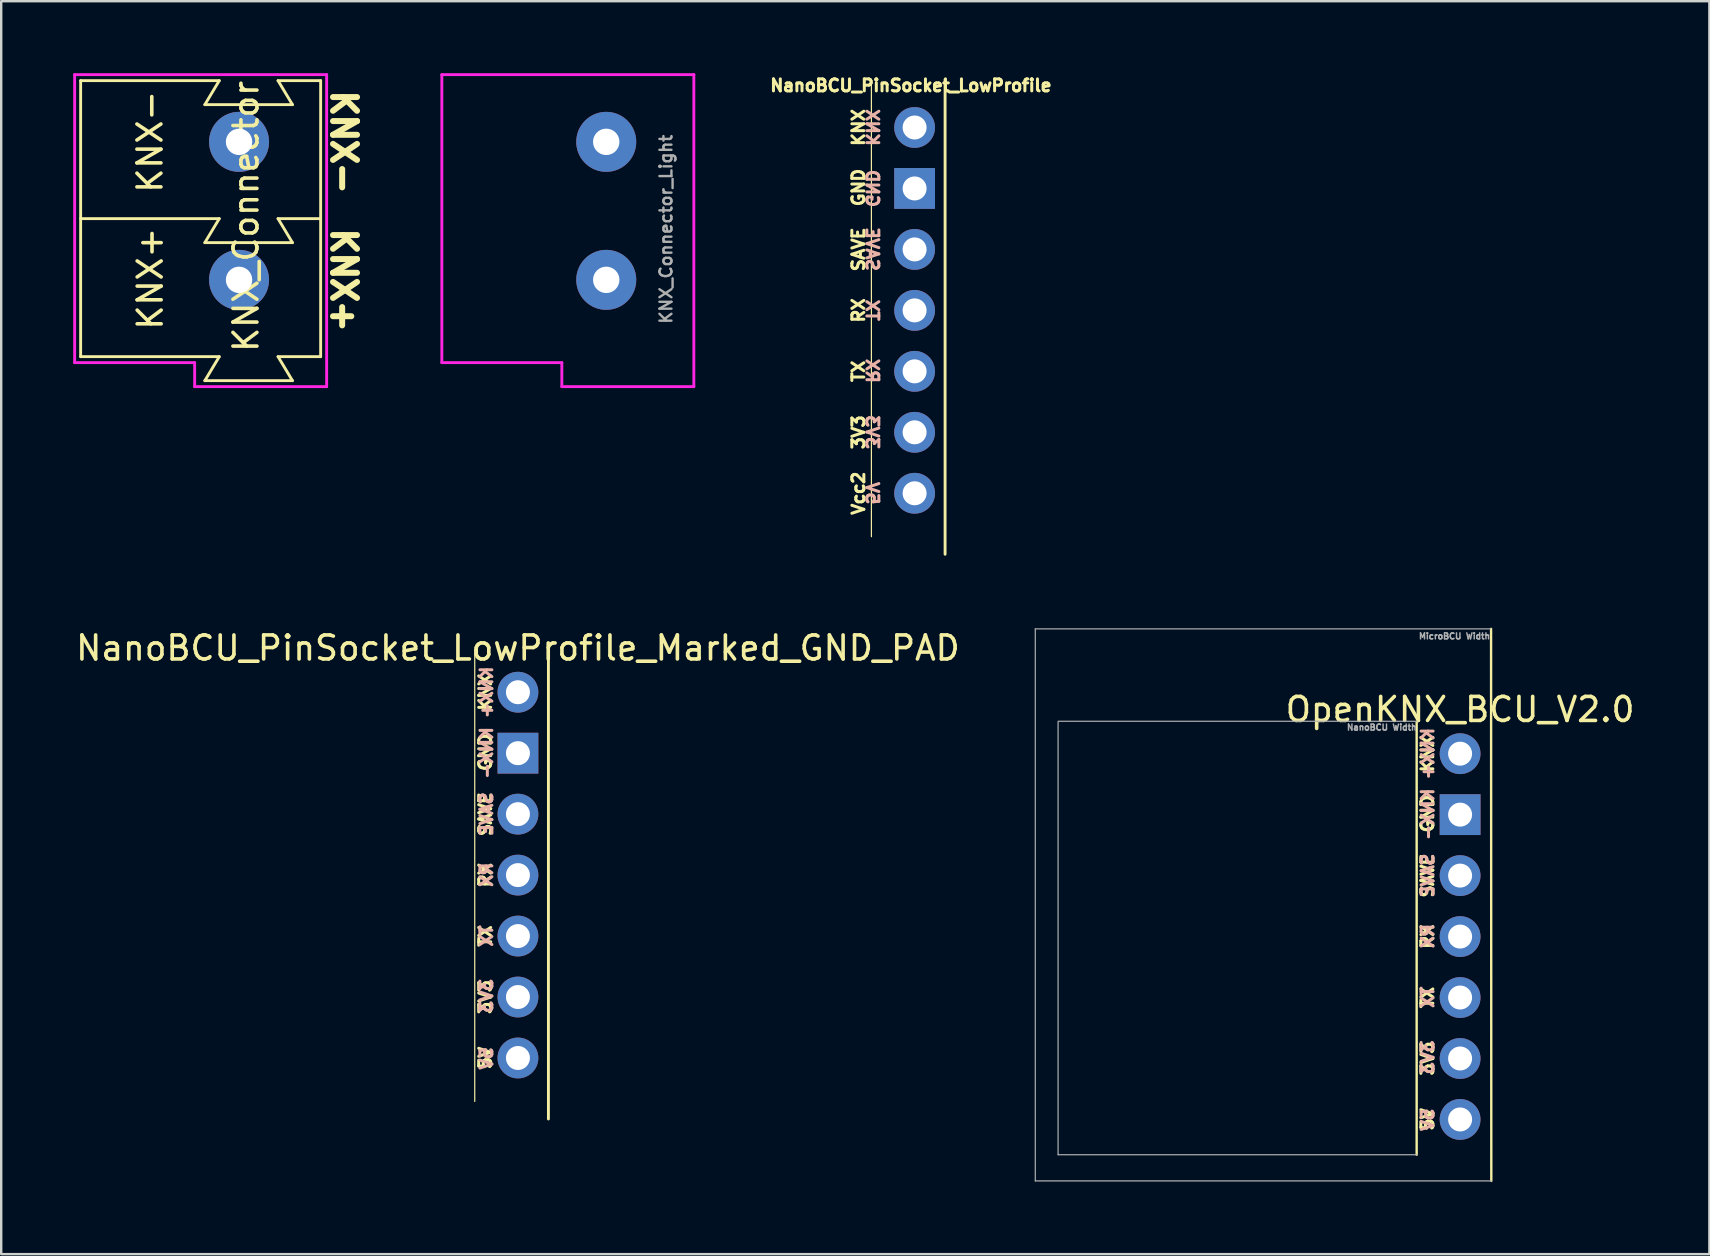
<source format=kicad_pcb>
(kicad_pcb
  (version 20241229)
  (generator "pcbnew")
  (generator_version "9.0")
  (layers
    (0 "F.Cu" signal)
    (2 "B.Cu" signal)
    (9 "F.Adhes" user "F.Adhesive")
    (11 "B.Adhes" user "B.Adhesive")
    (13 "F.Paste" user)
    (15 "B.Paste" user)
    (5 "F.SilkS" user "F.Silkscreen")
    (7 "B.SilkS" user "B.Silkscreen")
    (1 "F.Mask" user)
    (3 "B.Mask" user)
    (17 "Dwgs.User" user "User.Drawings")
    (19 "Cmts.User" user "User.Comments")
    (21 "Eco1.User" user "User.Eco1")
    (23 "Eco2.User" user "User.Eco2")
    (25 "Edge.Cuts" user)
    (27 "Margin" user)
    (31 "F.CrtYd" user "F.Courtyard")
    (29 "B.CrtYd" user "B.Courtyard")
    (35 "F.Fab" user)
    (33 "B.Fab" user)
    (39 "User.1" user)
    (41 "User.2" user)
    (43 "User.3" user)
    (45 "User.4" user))
  (footprint "KNX_Connector_Light"
    (layer "F.Cu")
    (at 22.609 6.06)
    (property "Reference" "KNX_Connector_Light" (at 2.09 0.44 90) (layer "F.Fab") (effects (font (size 0.5 0.5) (thickness 0.1))))
    (attr through_hole)
    (fp_line (start -7.25 -6) (end 3.25 -6) (stroke (width 0.12) (type solid)) (layer "F.CrtYd"))
    (fp_line (start -7.25 6) (end -7.25 -6) (stroke (width 0.12) (type solid)) (layer "F.CrtYd"))
    (fp_line (start -7.25 6) (end -2.25 6) (stroke (width 0.12) (type solid)) (layer "F.CrtYd"))
    (fp_line (start -2.25 6) (end -2.25 7) (stroke (width 0.12) (type solid)) (layer "F.CrtYd"))
    (fp_line (start -2.25 7) (end 3.25 7) (stroke (width 0.12) (type solid)) (layer "F.CrtYd"))
    (fp_line (start 3.25 -6) (end 3.25 7) (stroke (width 0.12) (type solid)) (layer "F.CrtYd"))
    (pad "1" thru_hole circle (at -0.4 2.55) (size 2.5 2.5) (drill 1.1) (layers "*.Cu" "*.Mask"))
    (pad "2" thru_hole circle (at -0.4 -3.2) (size 2.5 2.5) (drill 1.1) (layers "*.Cu" "*.Mask")))
  (footprint "NanoBCU_PinSocket_LowProfile_Marked_GND_PAD"
    (layer "F.Cu")
    (at 18.53 25.791)
    (property "Reference" "NanoBCU_PinSocket_LowProfile_Marked_GND_PAD" (at 0 -1.841 0) (layer "F.SilkS") (effects (font (size 1 1) (thickness 0.15))))
    (attr through_hole)
    (fp_line (start -1.8 -1.8) (end -1.8 17.05) (stroke (width 0.05) (type solid)) (layer "F.SilkS"))
    (fp_line (start 1.27 -2) (end 1.27 17.78) (stroke (width 0.12) (type solid)) (layer "F.SilkS"))
    (fp_text user "KNX" (at -1.36 0 270) (layer "F.SilkS") (effects (font (size 0.5 0.5) (thickness 0.125))))
    (fp_text user "TX" (at -1.36 10.16 90) (layer "F.SilkS") (effects (font (size 0.5 0.5) (thickness 0.125))))
    (fp_text user "RX" (at -1.36 7.62 90) (layer "F.SilkS") (effects (font (size 0.5 0.5) (thickness 0.125))))
    (fp_text user "SAVE" (at -1.36 5.08 90) (layer "F.SilkS") (effects (font (size 0.5 0.5) (thickness 0.125))))
    (fp_text user "3V3" (at -1.36 12.7 90) (layer "F.SilkS") (effects (font (size 0.5 0.5) (thickness 0.125))))
    (fp_text user "5V" (at -1.36 15.24 90) (layer "F.SilkS") (effects (font (size 0.5 0.5) (thickness 0.125))))
    (fp_text user "GND" (at -1.36 2.5 90) (layer "F.SilkS") (effects (font (size 0.5 0.5) (thickness 0.125))))
    (fp_text user "KNX+" (at -1.31 0.005 90) (unlocked yes) (layer "B.SilkS") (effects (font (size 0.5 0.5) (thickness 0.125)) (justify mirror)))
    (fp_text user "5V" (at -1.31 15.255 90) (unlocked yes) (layer "B.SilkS") (effects (font (size 0.5 0.5) (thickness 0.125)) (justify mirror)))
    (fp_text user "RX" (at -1.31 7.605 90) (unlocked yes) (layer "B.SilkS") (effects (font (size 0.5 0.5) (thickness 0.125)) (justify mirror)))
    (fp_text user "3V3" (at -1.31 12.655 90) (unlocked yes) (layer "B.SilkS") (effects (font (size 0.5 0.5) (thickness 0.125)) (justify mirror)))
    (fp_text user "KNX-" (at -1.31 2.53 90) (unlocked yes) (layer "B.SilkS") (effects (font (size 0.5 0.5) (thickness 0.125)) (justify mirror)))
    (fp_text user "SAVE" (at -1.31 5.08 90) (unlocked yes) (layer "B.SilkS") (effects (font (size 0.5 0.5) (thickness 0.125)) (justify mirror)))
    (fp_text user "TX" (at -1.31 10.155 90) (unlocked yes) (layer "B.SilkS") (effects (font (size 0.5 0.5) (thickness 0.125)) (justify mirror)))
    (pad "1" thru_hole oval (at 0 0) (size 1.7 1.7) (drill 1) (layers "*.Cu" "*.Mask"))
    (pad "2" thru_hole rect (at 0 2.54) (size 1.7 1.7) (drill 1) (layers "*.Cu" "*.Mask"))
    (pad "3" thru_hole oval (at 0 5.08) (size 1.7 1.7) (drill 1) (layers "*.Cu" "*.Mask"))
    (pad "4" thru_hole oval (at 0 7.62) (size 1.7 1.7) (drill 1) (layers "*.Cu" "*.Mask"))
    (pad "5" thru_hole oval (at 0 10.16) (size 1.7 1.7) (drill 1) (layers "*.Cu" "*.Mask"))
    (pad "6" thru_hole oval (at 0 12.7) (size 1.7 1.7) (drill 1) (layers "*.Cu" "*.Mask"))
    (pad "7" thru_hole oval (at 0 15.24) (size 1.7 1.7) (drill 1) (layers "*.Cu" "*.Mask")))
  (footprint "KNX_Connector"
    (layer "F.Cu")
    (at 7.31 6.06)
    (property "Reference" "KNX_Connector" (at -0.11 -0.095 90) (layer "F.SilkS") (effects (font (size 1 1) (thickness 0.15))))
    (attr through_hole)
    (fp_line (start -7 -5.75) (end -7 5.75) (stroke (width 0.12) (type solid)) (layer "F.SilkS"))
    (fp_line (start -1.225 -5.75) (end -7 -5.75) (stroke (width 0.12) (type solid)) (layer "F.SilkS"))
    (fp_line (start -1.225 -5.75) (end -1.825 -4.75) (stroke (width 0.12) (type solid)) (layer "F.SilkS"))
    (fp_line (start -1.225 0) (end -7 0) (stroke (width 0.12) (type solid)) (layer "F.SilkS"))
    (fp_line (start -1.225 0) (end -1.825 1) (stroke (width 0.12) (type solid)) (layer "F.SilkS"))
    (fp_line (start -1.225 5.75) (end -7 5.75) (stroke (width 0.12) (type solid)) (layer "F.SilkS"))
    (fp_line (start -1.225 5.75) (end -1.825 6.75) (stroke (width 0.12) (type solid)) (layer "F.SilkS"))
    (fp_line (start 1.225 0) (end 1.825 1) (stroke (width 0.12) (type solid)) (layer "F.SilkS"))
    (fp_line (start 1.225 0) (end 3 0) (stroke (width 0.12) (type solid)) (layer "F.SilkS"))
    (fp_line (start 1.225 5.75) (end 1.825 6.75) (stroke (width 0.12) (type solid)) (layer "F.SilkS"))
    (fp_line (start 1.225 5.75) (end 3 5.75) (stroke (width 0.12) (type solid)) (layer "F.SilkS"))
    (fp_line (start 1.825 -4.75) (end -1.825 -4.75) (stroke (width 0.12) (type solid)) (layer "F.SilkS"))
    (fp_line (start 1.825 -4.75) (end 1.225 -5.75) (stroke (width 0.12) (type solid)) (layer "F.SilkS"))
    (fp_line (start 1.825 1) (end -1.825 1) (stroke (width 0.12) (type solid)) (layer "F.SilkS"))
    (fp_line (start 1.825 6.75) (end -1.825 6.75) (stroke (width 0.12) (type solid)) (layer "F.SilkS"))
    (fp_line (start 3 -5.75) (end 1.225 -5.75) (stroke (width 0.12) (type solid)) (layer "F.SilkS"))
    (fp_line (start 3 -5.75) (end 3 5.75) (stroke (width 0.12) (type solid)) (layer "F.SilkS"))
    (fp_line (start -7.25 -6) (end 3.25 -6) (stroke (width 0.12) (type solid)) (layer "F.CrtYd"))
    (fp_line (start -7.25 6) (end -7.25 -6) (stroke (width 0.12) (type solid)) (layer "F.CrtYd"))
    (fp_line (start -7.25 6) (end -2.25 6) (stroke (width 0.12) (type solid)) (layer "F.CrtYd"))
    (fp_line (start -2.25 6) (end -2.25 7) (stroke (width 0.12) (type solid)) (layer "F.CrtYd"))
    (fp_line (start -2.25 7) (end 3.25 7) (stroke (width 0.12) (type solid)) (layer "F.CrtYd"))
    (fp_line (start 3.25 -6) (end 3.25 7) (stroke (width 0.12) (type solid)) (layer "F.CrtYd"))
    (fp_text user "KNX-" (at -4.11 -3.205 270) (layer "F.SilkS") (effects (font (size 1 1) (thickness 0.15))))
    (fp_text user "KNX+" (at -4.1 2.5 270) (layer "F.SilkS") (effects (font (size 1 1) (thickness 0.15))))
    (fp_text user "KNX+" (at 3.965 2.565 270) (unlocked yes) (layer "F.SilkS") (effects (font (size 1 1) (thickness 0.25))))
    (fp_text user "KNX-" (at 3.965 -3.185 270) (unlocked yes) (layer "F.SilkS") (effects (font (size 1 1) (thickness 0.25))))
    (pad "1" thru_hole circle (at -0.4 2.55) (size 2.5 2.5) (drill 1.1) (layers "*.Cu" "*.Mask"))
    (pad "2" thru_hole circle (at -0.4 -3.2) (size 2.5 2.5) (drill 1.1) (layers "*.Cu" "*.Mask")))
  (footprint "NanoBCU_PinSocket_LowProfile"
    (layer "F.Cu")
    (at 35.057 2.262)
    (property "Reference" "NanoBCU_PinSocket_LowProfile" (at -0.155 -1.75 180) (layer "F.SilkS") (effects (font (size 0.5 0.5) (thickness 0.125))))
    (attr through_hole)
    (fp_line (start -1.8 -1.8) (end -1.8 17.05) (stroke (width 0.05) (type solid)) (layer "F.SilkS"))
    (fp_line (start 1.27 -2) (end 1.27 17.78) (stroke (width 0.12) (type solid)) (layer "F.SilkS"))
    (fp_text user "KNX" (at -2.34 0 270) (layer "F.SilkS") (effects (font (size 0.5 0.5) (thickness 0.125))))
    (fp_text user "Vcc2" (at -2.34 15.24 270) (layer "F.SilkS") (effects (font (size 0.5 0.5) (thickness 0.125))))
    (fp_text user "RX" (at -2.34 7.62 270) (layer "F.SilkS") (effects (font (size 0.5 0.5) (thickness 0.125))))
    (fp_text user "TX" (at -2.34 10.16 270) (layer "F.SilkS") (effects (font (size 0.5 0.5) (thickness 0.125))))
    (fp_text user "GND" (at -2.34 2.5 270) (layer "F.SilkS") (effects (font (size 0.5 0.5) (thickness 0.125))))
    (fp_text user "SAVE" (at -2.34 5.08 270) (layer "F.SilkS") (effects (font (size 0.5 0.5) (thickness 0.125))))
    (fp_text user "3V3" (at -2.34 12.7 270) (layer "F.SilkS") (effects (font (size 0.5 0.5) (thickness 0.125))))
    (fp_text user "TX" (at -1.765 7.615 270) (unlocked yes) (layer "B.SilkS") (effects (font (size 0.5 0.5) (thickness 0.125)) (justify mirror)))
    (fp_text user "KNX" (at -1.765 0 270) (unlocked yes) (layer "B.SilkS") (effects (font (size 0.5 0.5) (thickness 0.125)) (justify mirror)))
    (fp_text user "3V3" (at -1.765 12.69 270) (unlocked yes) (layer "B.SilkS") (effects (font (size 0.5 0.5) (thickness 0.125)) (justify mirror)))
    (fp_text user "RX" (at -1.765 10.14 270) (unlocked yes) (layer "B.SilkS") (effects (font (size 0.5 0.5) (thickness 0.125)) (justify mirror)))
    (fp_text user "SAVE" (at -1.765 5.065 270) (unlocked yes) (layer "B.SilkS") (effects (font (size 0.5 0.5) (thickness 0.125)) (justify mirror)))
    (fp_text user "5V" (at -1.765 15.24 270) (unlocked yes) (layer "B.SilkS") (effects (font (size 0.5 0.5) (thickness 0.125)) (justify mirror)))
    (fp_text user "GND" (at -1.765 2.54 270) (unlocked yes) (layer "B.SilkS") (effects (font (size 0.5 0.5) (thickness 0.125)) (justify mirror)))
    (pad "1" thru_hole oval (at 0 0) (size 1.7 1.7) (drill 1) (layers "*.Cu" "*.Mask"))
    (pad "2" thru_hole rect (at 0 2.54) (size 1.7 1.7) (drill 1) (layers "*.Cu" "*.Mask"))
    (pad "3" thru_hole oval (at 0 5.08) (size 1.7 1.7) (drill 1) (layers "*.Cu" "*.Mask"))
    (pad "4" thru_hole oval (at 0 7.62) (size 1.7 1.7) (drill 1) (layers "*.Cu" "*.Mask"))
    (pad "5" thru_hole oval (at 0 10.16) (size 1.7 1.7) (drill 1) (layers "*.Cu" "*.Mask"))
    (pad "6" thru_hole oval (at 0 12.7) (size 1.7 1.7) (drill 1) (layers "*.Cu" "*.Mask"))
    (pad "7" thru_hole oval (at 0 15.24) (size 1.7 1.7) (drill 1) (layers "*.Cu" "*.Mask")))
  (footprint "OpenKNX_BCU_V2.0"
    (layer "F.Cu")
    (at 57.785 28.352)
    (property "Reference" "OpenKNX_BCU_V2.0" (at 0 -1.841 0) (layer "F.SilkS") (effects (font (size 1 1) (thickness 0.15))))
    (attr through_hole)
    (fp_line (start -1.81 -1.32) (end -1.81 16.71) (stroke (width 0.1) (type solid)) (layer "F.SilkS"))
    (fp_line (start 1.29 -5.2) (end 1.3 17.8) (stroke (width 0.1) (type solid)) (layer "F.SilkS"))
    (fp_line (start -17.7 -5.2) (end -17.7 17.8) (stroke (width 0.05) (type default)) (layer "F.Fab"))
    (fp_line (start -16.75 -1.32) (end -16.75 16.71) (stroke (width 0.05) (type default)) (layer "F.Fab"))
    (fp_line (start -1.81 -1.35) (end -16.75 -1.35) (stroke (width 0.05) (type default)) (layer "F.Fab"))
    (fp_line (start -1.81 16.71) (end -16.75 16.71) (stroke (width 0.05) (type default)) (layer "F.Fab"))
    (fp_line (start 1.27 -5.2) (end -17.7 -5.2) (stroke (width 0.05) (type default)) (layer "F.Fab"))
    (fp_line (start 1.3 17.8) (end -17.7 17.8) (stroke (width 0.05) (type default)) (layer "F.Fab"))
    (fp_text user "RX" (at -1.36 7.62 90) (layer "F.SilkS") (effects (font (size 0.5 0.5) (thickness 0.125))))
    (fp_text user "TX" (at -1.36 10.16 90) (layer "F.SilkS") (effects (font (size 0.5 0.5) (thickness 0.125))))
    (fp_text user "5V" (at -1.36 15.24 90) (layer "F.SilkS") (effects (font (size 0.5 0.5) (thickness 0.125))))
    (fp_text user "GND" (at -1.36 2.5 90) (layer "F.SilkS") (effects (font (size 0.5 0.5) (thickness 0.125))))
    (fp_text user "KNX" (at -1.36 0 270) (layer "F.SilkS") (effects (font (size 0.5 0.5) (thickness 0.125))))
    (fp_text user "SAVE" (at -1.36 5.08 90) (layer "F.SilkS") (effects (font (size 0.5 0.5) (thickness 0.125))))
    (fp_text user "3V3" (at -1.36 12.7 90) (layer "F.SilkS") (effects (font (size 0.5 0.5) (thickness 0.125))))
    (fp_text user "3V3" (at -1.35 12.65 90) (unlocked yes) (layer "B.SilkS") (effects (font (size 0.5 0.5) (thickness 0.125)) (justify mirror)))
    (fp_text user "RX" (at -1.35 7.6 90) (unlocked yes) (layer "B.SilkS") (effects (font (size 0.5 0.5) (thickness 0.125)) (justify mirror)))
    (fp_text user "KNX-" (at -1.35 2.525 90) (unlocked yes) (layer "B.SilkS") (effects (font (size 0.5 0.5) (thickness 0.125)) (justify mirror)))
    (fp_text user "KNX+" (at -1.35 0 90) (unlocked yes) (layer "B.SilkS") (effects (font (size 0.5 0.5) (thickness 0.125)) (justify mirror)))
    (fp_text user "5V" (at -1.35 15.25 90) (unlocked yes) (layer "B.SilkS") (effects (font (size 0.5 0.5) (thickness 0.125)) (justify mirror)))
    (fp_text user "SAVE" (at -1.35 5.075 90) (unlocked yes) (layer "B.SilkS") (effects (font (size 0.5 0.5) (thickness 0.125)) (justify mirror)))
    (fp_text user "TX" (at -1.35 10.15 90) (unlocked yes) (layer "B.SilkS") (effects (font (size 0.5 0.5) (thickness 0.125)) (justify mirror)))
    (fp_text user "NanoBCU Width" (at -4.75 -0.95 0) (unlocked yes) (layer "F.Fab") (effects (font (size 0.25 0.25) (thickness 0.062)) (justify left bottom)))
    (fp_text user "MicroBCU Width" (at -1.75 -4.75 0) (unlocked yes) (layer "F.Fab") (effects (font (size 0.25 0.25) (thickness 0.062)) (justify left bottom)))
    (pad "1" thru_hole oval (at 0 0) (size 1.7 1.7) (drill 1) (layers "*.Cu" "*.Mask"))
    (pad "2" thru_hole rect (at 0 2.54) (size 1.7 1.7) (drill 1) (layers "*.Cu" "*.Mask"))
    (pad "3" thru_hole oval (at 0 5.08) (size 1.7 1.7) (drill 1) (layers "*.Cu" "*.Mask"))
    (pad "4" thru_hole oval (at 0 7.62) (size 1.7 1.7) (drill 1) (layers "*.Cu" "*.Mask"))
    (pad "5" thru_hole oval (at 0 10.16) (size 1.7 1.7) (drill 1) (layers "*.Cu" "*.Mask"))
    (pad "6" thru_hole oval (at 0 12.7) (size 1.7 1.7) (drill 1) (layers "*.Cu" "*.Mask"))
    (pad "7" thru_hole oval (at 0 15.24) (size 1.7 1.7) (drill 1) (layers "*.Cu" "*.Mask")))
  (gr_rect
    (start -3 -3)
    (end 68.171 49.202)
    (stroke (width 0.1) (type default))
    (fill no)
    (layer "Edge.Cuts")))
</source>
